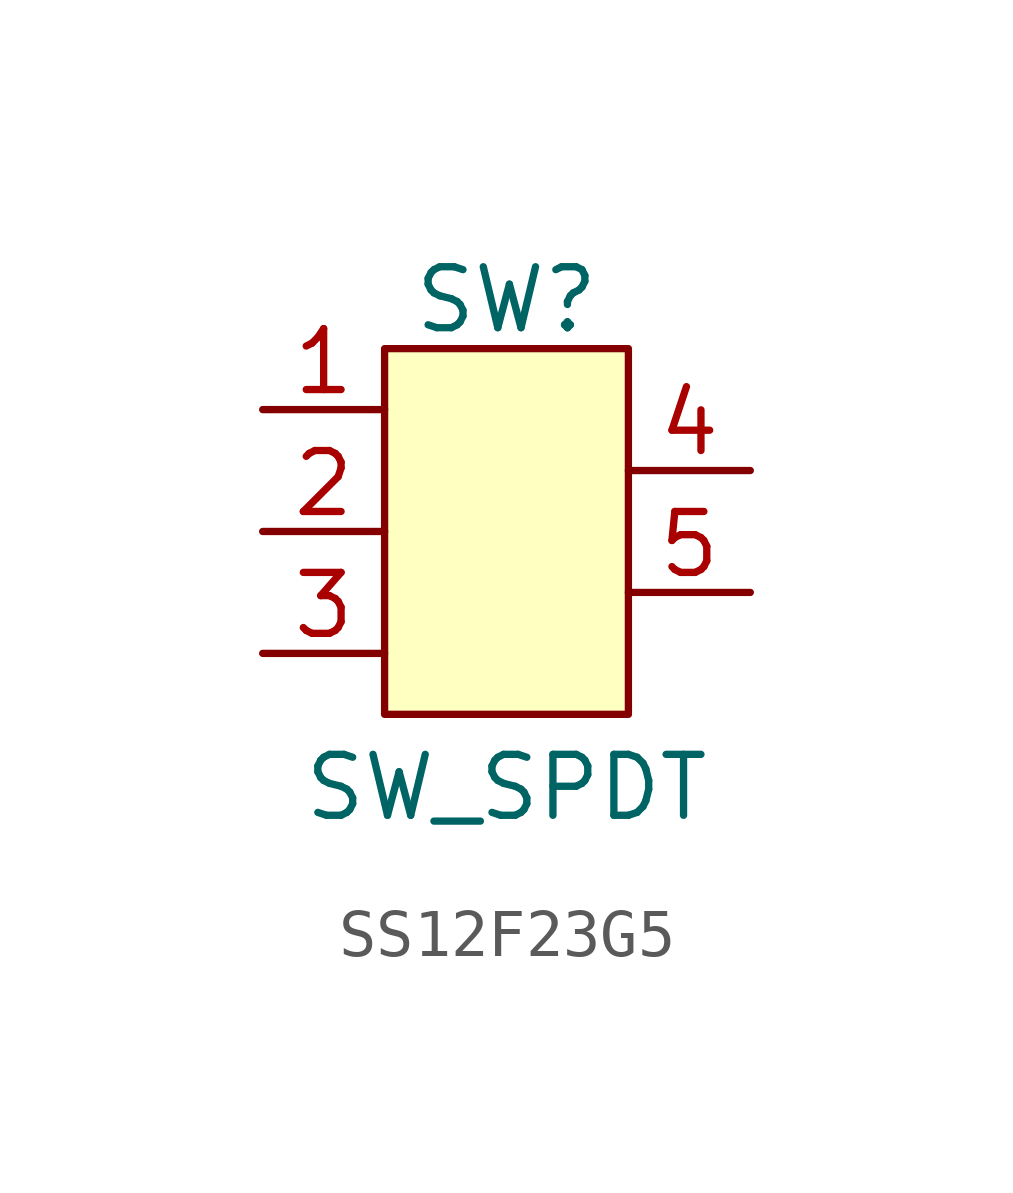
<source format=kicad_sym>
(kicad_symbol_lib
  (version 20241209)
  (generator "kicad_symbol_editor")
  (generator_version "9.0")
  (symbol "SS12F23G5"
    (property "Reference" "SW"
      (at 0 4.826 0)
      (effects (font (size 1.27 1.27))))
    (property "Value" "SW_SPDT"
      (at 0 -5.334 0)
      (effects (font (size 1.27 1.27))))
    (symbol "SS12F23G5_1_1"
      (rectangle (start -2.54 3.81) (end 2.54 -3.81) (stroke (width 0) (type solid)) (fill (type background)))
      (pin passive line (at -5.08 2.54 0) (length 2.54) (name "" (effects (font (size 1.27 1.27)))) (number "1" (effects (font (size 1.27 1.27)))))
      (pin passive line (at -5.08 0 0) (length 2.54) (name "" (effects (font (size 1.27 1.27)))) (number "2" (effects (font (size 1.27 1.27)))))
      (pin passive line (at -5.08 -2.54 0) (length 2.54) (name "" (effects (font (size 1.27 1.27)))) (number "3" (effects (font (size 1.27 1.27)))))
      (pin passive line (at 5.08 1.27 180) (length 2.54) (name "" (effects (font (size 1.27 1.27)))) (number "4" (effects (font (size 1.27 1.27)))))
      (pin passive line (at 5.08 -1.27 180) (length 2.54) (name "" (effects (font (size 1.27 1.27)))) (number "5" (effects (font (size 1.27 1.27))))))))
</source>
